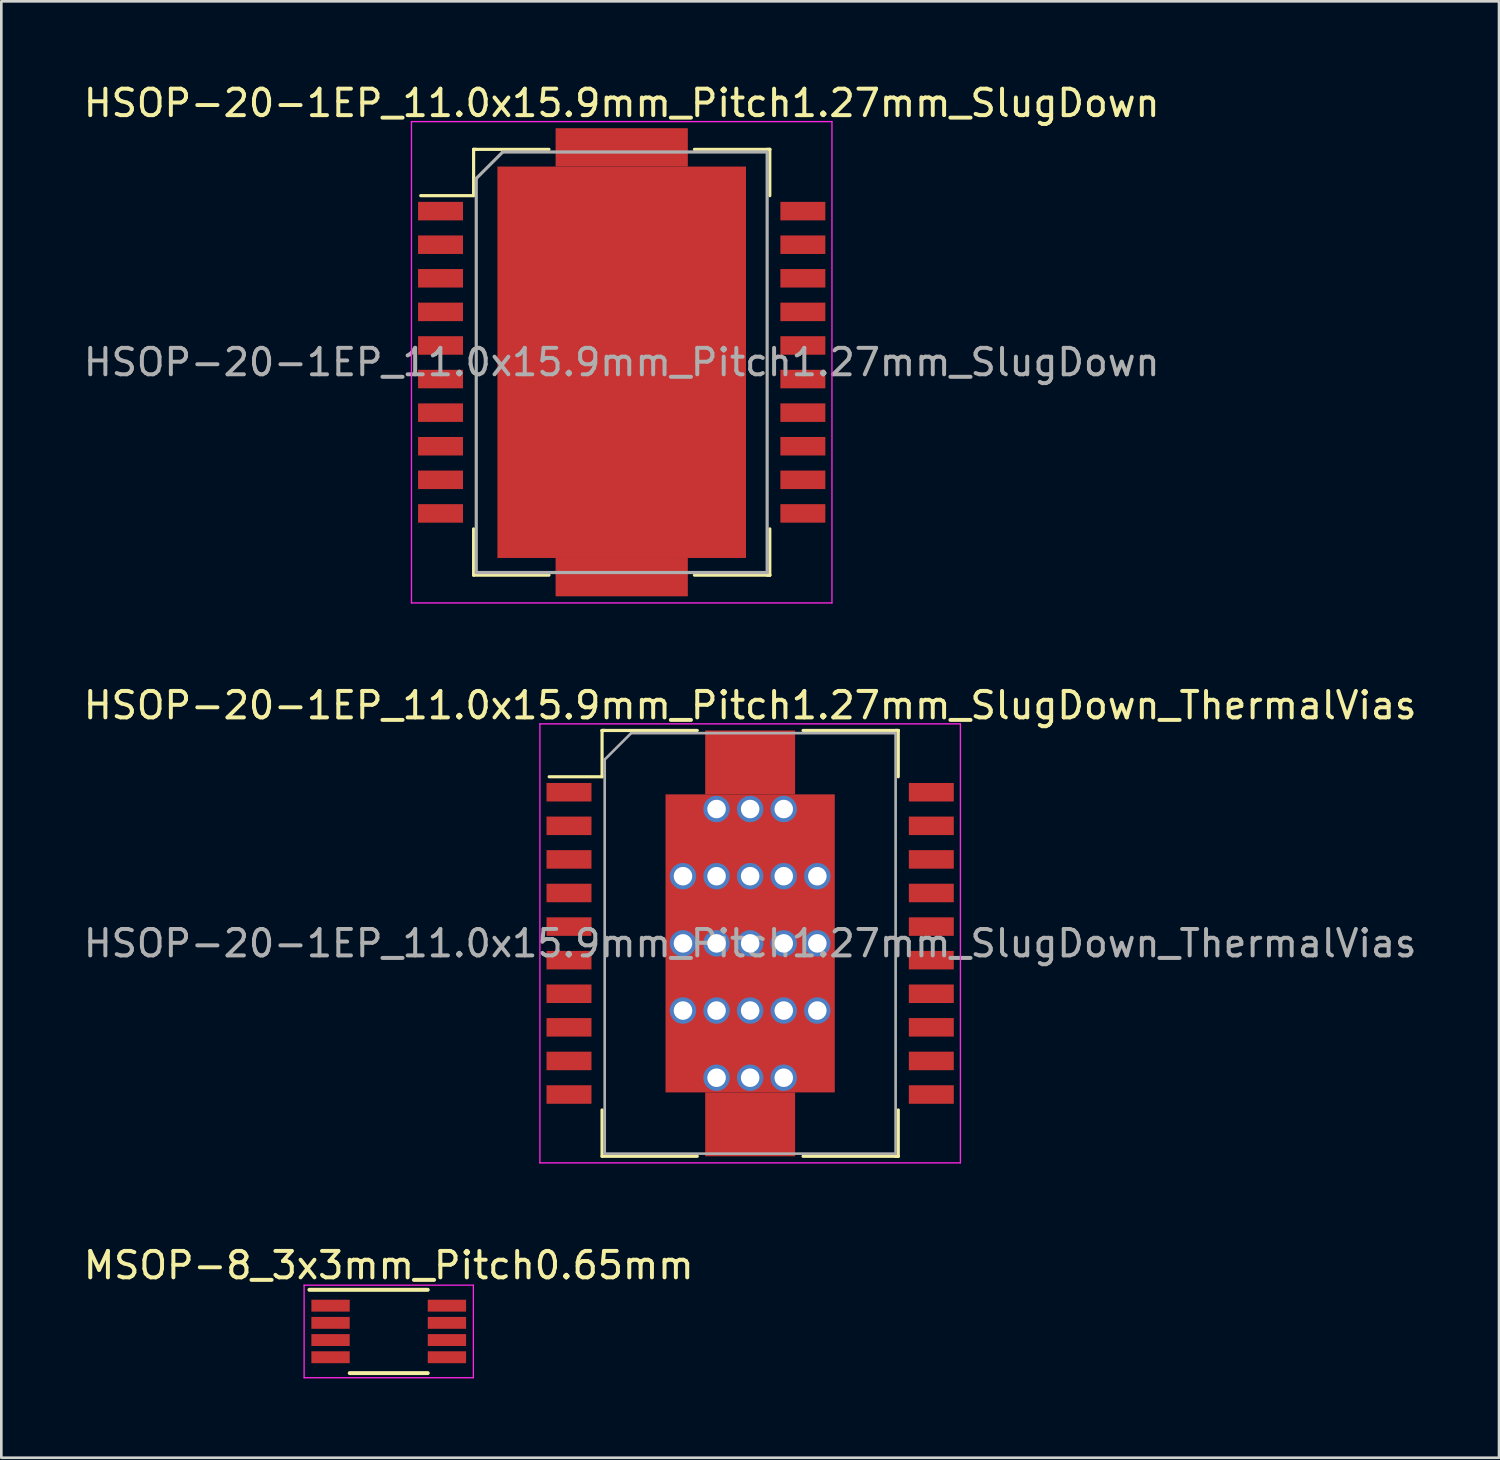
<source format=kicad_pcb>
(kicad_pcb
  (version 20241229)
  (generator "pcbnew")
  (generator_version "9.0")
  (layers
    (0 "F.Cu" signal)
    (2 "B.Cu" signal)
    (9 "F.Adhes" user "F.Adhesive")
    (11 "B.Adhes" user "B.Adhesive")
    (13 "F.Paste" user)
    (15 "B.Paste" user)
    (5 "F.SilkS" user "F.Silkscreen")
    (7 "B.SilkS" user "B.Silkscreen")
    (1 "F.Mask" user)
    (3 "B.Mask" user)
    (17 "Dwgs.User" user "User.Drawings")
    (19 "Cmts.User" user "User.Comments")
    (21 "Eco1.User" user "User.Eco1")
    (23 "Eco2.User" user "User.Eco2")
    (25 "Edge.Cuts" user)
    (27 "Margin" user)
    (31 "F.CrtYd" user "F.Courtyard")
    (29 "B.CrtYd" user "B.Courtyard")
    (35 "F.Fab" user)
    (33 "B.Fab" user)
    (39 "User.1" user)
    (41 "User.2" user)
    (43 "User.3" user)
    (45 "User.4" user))
  (footprint "HSOP-20-1EP_11.0x15.9mm_Pitch1.27mm_SlugDown"
    (layer "F.Cu")
    (at 20.458 10.648)
    (property "Reference" "HSOP-20-1EP_11.0x15.9mm_Pitch1.27mm_SlugDown" (at 0 -9.8 0) (layer "F.SilkS") (effects (font (size 1 1) (thickness 0.15))))
    (attr smd)
    (fp_line (start -5.6 -8.05) (end -5.6 -6.3) (stroke (width 0.12) (type solid)) (layer "F.SilkS"))
    (fp_line (start -5.6 -6.3) (end -7.6 -6.3) (stroke (width 0.12) (type solid)) (layer "F.SilkS"))
    (fp_line (start -5.6 8.05) (end -5.6 6.3) (stroke (width 0.12) (type solid)) (layer "F.SilkS"))
    (fp_line (start -5.5 -8.05) (end -5.6 -8.05) (stroke (width 0.12) (type solid)) (layer "F.SilkS"))
    (fp_line (start -2.75 -8.05) (end -5.6 -8.05) (stroke (width 0.12) (type solid)) (layer "F.SilkS"))
    (fp_line (start -2.75 8.05) (end -5.6 8.05) (stroke (width 0.12) (type solid)) (layer "F.SilkS"))
    (fp_line (start 5.5 -8.05) (end 5.6 -8.05) (stroke (width 0.12) (type solid)) (layer "F.SilkS"))
    (fp_line (start 5.5 8.05) (end 5.6 8.05) (stroke (width 0.12) (type solid)) (layer "F.SilkS"))
    (fp_line (start 5.6 -8.05) (end 2.75 -8.05) (stroke (width 0.12) (type solid)) (layer "F.SilkS"))
    (fp_line (start 5.6 -8.05) (end 5.6 -6.3) (stroke (width 0.12) (type solid)) (layer "F.SilkS"))
    (fp_line (start 5.6 8.05) (end 2.75 8.05) (stroke (width 0.12) (type solid)) (layer "F.SilkS"))
    (fp_line (start 5.6 8.05) (end 5.6 6.3) (stroke (width 0.12) (type solid)) (layer "F.SilkS"))
    (fp_line (start -7.95 -9.1) (end -7.95 9.1) (stroke (width 0.05) (type solid)) (layer "F.CrtYd"))
    (fp_line (start -7.95 -9.1) (end 7.95 -9.1) (stroke (width 0.05) (type solid)) (layer "F.CrtYd"))
    (fp_line (start 7.95 9.1) (end -7.95 9.1) (stroke (width 0.05) (type solid)) (layer "F.CrtYd"))
    (fp_line (start 7.95 9.1) (end 7.95 -9.1) (stroke (width 0.05) (type solid)) (layer "F.CrtYd"))
    (fp_line (start -5.5 -6.95) (end -5.5 7.95) (stroke (width 0.12) (type solid)) (layer "F.Fab"))
    (fp_line (start -5.5 7.95) (end 5.5 7.95) (stroke (width 0.12) (type solid)) (layer "F.Fab"))
    (fp_line (start -4.5 -7.95) (end -5.5 -6.95) (stroke (width 0.12) (type solid)) (layer "F.Fab"))
    (fp_line (start 5.5 -7.95) (end -4.5 -7.95) (stroke (width 0.12) (type solid)) (layer "F.Fab"))
    (fp_line (start 5.5 7.95) (end 5.5 -7.95) (stroke (width 0.12) (type solid)) (layer "F.Fab"))
    (fp_text user "${REFERENCE}" (at 0 0 0) (layer "F.Fab") (effects (font (size 1 1) (thickness 0.15))))
    (pad "1" smd rect (at -6.85 -5.715) (size 1.7 0.7) (layers "F.Cu" "F.Mask" "F.Paste"))
    (pad "2" smd rect (at -6.85 -4.445) (size 1.7 0.7) (layers "F.Cu" "F.Mask" "F.Paste"))
    (pad "3" smd rect (at -6.85 -3.175) (size 1.7 0.7) (layers "F.Cu" "F.Mask" "F.Paste"))
    (pad "4" smd rect (at -6.85 -1.905) (size 1.7 0.7) (layers "F.Cu" "F.Mask" "F.Paste"))
    (pad "5" smd rect (at -6.85 -0.635) (size 1.7 0.7) (layers "F.Cu" "F.Mask" "F.Paste"))
    (pad "6" smd rect (at -6.85 0.635) (size 1.7 0.7) (layers "F.Cu" "F.Mask" "F.Paste"))
    (pad "7" smd rect (at -6.85 1.905) (size 1.7 0.7) (layers "F.Cu" "F.Mask" "F.Paste"))
    (pad "8" smd rect (at -6.85 3.175) (size 1.7 0.7) (layers "F.Cu" "F.Mask" "F.Paste"))
    (pad "9" smd rect (at -6.85 4.445) (size 1.7 0.7) (layers "F.Cu" "F.Mask" "F.Paste"))
    (pad "10" smd rect (at -6.85 5.715) (size 1.7 0.7) (layers "F.Cu" "F.Mask" "F.Paste"))
    (pad "11" smd rect (at 6.85 5.715) (size 1.7 0.7) (layers "F.Cu" "F.Mask" "F.Paste"))
    (pad "12" smd rect (at 6.85 4.445) (size 1.7 0.7) (layers "F.Cu" "F.Mask" "F.Paste"))
    (pad "13" smd rect (at 6.85 3.175) (size 1.7 0.7) (layers "F.Cu" "F.Mask" "F.Paste"))
    (pad "14" smd rect (at 6.85 1.905) (size 1.7 0.7) (layers "F.Cu" "F.Mask" "F.Paste"))
    (pad "15" smd rect (at 6.85 0.635) (size 1.7 0.7) (layers "F.Cu" "F.Mask" "F.Paste"))
    (pad "16" smd rect (at 6.85 -0.635) (size 1.7 0.7) (layers "F.Cu" "F.Mask" "F.Paste"))
    (pad "17" smd rect (at 6.85 -1.905) (size 1.7 0.7) (layers "F.Cu" "F.Mask" "F.Paste"))
    (pad "18" smd rect (at 6.85 -3.175) (size 1.7 0.7) (layers "F.Cu" "F.Mask" "F.Paste"))
    (pad "19" smd rect (at 6.85 -4.445) (size 1.7 0.7) (layers "F.Cu" "F.Mask" "F.Paste"))
    (pad "20" smd rect (at 6.85 -5.715) (size 1.7 0.7) (layers "F.Cu" "F.Mask" "F.Paste"))
    (pad "31" smd rect (at 0 -8.125) (size 5 1.45) (layers "F.Cu" "F.Mask" "F.Paste"))
    (pad "31" smd rect (at 0 0) (size 9.4 14.8) (layers "F.Cu" "F.Mask" "F.Paste"))
    (pad "31" smd rect (at 0 8.125) (size 5 1.45) (layers "F.Cu" "F.Mask" "F.Paste")))
  (footprint "MSOP-8_3x3mm_Pitch0.65mm"
    (layer "F.Cu")
    (at 11.649 47.295)
    (property "Reference" "MSOP-8_3x3mm_Pitch0.65mm" (at 0 -2.5 0) (layer "F.SilkS") (effects (font (size 1 1) (thickness 0.15))))
    (attr smd)
    (fp_line (start -3 -1.575) (end 1.475 -1.575) (stroke (width 0.15) (type solid)) (layer "F.SilkS"))
    (fp_line (start -1.475 1.575) (end 1.475 1.575) (stroke (width 0.15) (type solid)) (layer "F.SilkS"))
    (fp_line (start -3.2 -1.75) (end -3.2 1.75) (stroke (width 0.05) (type solid)) (layer "F.CrtYd"))
    (fp_line (start -3.2 -1.75) (end 3.2 -1.75) (stroke (width 0.05) (type solid)) (layer "F.CrtYd"))
    (fp_line (start -3.2 1.75) (end 3.2 1.75) (stroke (width 0.05) (type solid)) (layer "F.CrtYd"))
    (fp_line (start 3.2 -1.75) (end 3.2 1.75) (stroke (width 0.05) (type solid)) (layer "F.CrtYd"))
    (pad "1" smd rect (at -2.2 -0.975) (size 1.45 0.45) (layers "F.Cu" "F.Mask" "F.Paste"))
    (pad "2" smd rect (at -2.2 -0.325) (size 1.45 0.45) (layers "F.Cu" "F.Mask" "F.Paste"))
    (pad "3" smd rect (at -2.2 0.325) (size 1.45 0.45) (layers "F.Cu" "F.Mask" "F.Paste"))
    (pad "4" smd rect (at -2.2 0.975) (size 1.45 0.45) (layers "F.Cu" "F.Mask" "F.Paste"))
    (pad "5" smd rect (at 2.2 0.975) (size 1.45 0.45) (layers "F.Cu" "F.Mask" "F.Paste"))
    (pad "6" smd rect (at 2.2 0.325) (size 1.45 0.45) (layers "F.Cu" "F.Mask" "F.Paste"))
    (pad "7" smd rect (at 2.2 -0.325) (size 1.45 0.45) (layers "F.Cu" "F.Mask" "F.Paste"))
    (pad "8" smd rect (at 2.2 -0.975) (size 1.45 0.45) (layers "F.Cu" "F.Mask" "F.Paste")))
  (footprint "HSOP-20-1EP_11.0x15.9mm_Pitch1.27mm_SlugDown_ThermalVias"
    (layer "F.Cu")
    (at 25.315 32.621)
    (property "Reference" "HSOP-20-1EP_11.0x15.9mm_Pitch1.27mm_SlugDown_ThermalVias" (at 0 -9 0) (layer "F.SilkS") (effects (font (size 1 1) (thickness 0.15))))
    (attr smd)
    (fp_line (start -5.6 -8.05) (end -5.6 -6.3) (stroke (width 0.12) (type solid)) (layer "F.SilkS"))
    (fp_line (start -5.6 -6.3) (end -7.6 -6.3) (stroke (width 0.12) (type solid)) (layer "F.SilkS"))
    (fp_line (start -5.6 8.05) (end -5.6 6.3) (stroke (width 0.12) (type solid)) (layer "F.SilkS"))
    (fp_line (start -5.5 -8.05) (end -5.6 -8.05) (stroke (width 0.12) (type solid)) (layer "F.SilkS"))
    (fp_line (start -2 -8.05) (end -5.6 -8.05) (stroke (width 0.12) (type solid)) (layer "F.SilkS"))
    (fp_line (start -2 8.05) (end -5.6 8.05) (stroke (width 0.12) (type solid)) (layer "F.SilkS"))
    (fp_line (start 5.5 -8.05) (end 5.6 -8.05) (stroke (width 0.12) (type solid)) (layer "F.SilkS"))
    (fp_line (start 5.5 8.05) (end 5.6 8.05) (stroke (width 0.12) (type solid)) (layer "F.SilkS"))
    (fp_line (start 5.6 -8.05) (end 2 -8.05) (stroke (width 0.12) (type solid)) (layer "F.SilkS"))
    (fp_line (start 5.6 -8.05) (end 5.6 -6.3) (stroke (width 0.12) (type solid)) (layer "F.SilkS"))
    (fp_line (start 5.6 8.05) (end 2 8.05) (stroke (width 0.12) (type solid)) (layer "F.SilkS"))
    (fp_line (start 5.6 8.05) (end 5.6 6.3) (stroke (width 0.12) (type solid)) (layer "F.SilkS"))
    (fp_line (start -7.95 -8.3) (end -7.95 8.3) (stroke (width 0.05) (type solid)) (layer "F.CrtYd"))
    (fp_line (start -7.95 -8.3) (end 7.95 -8.3) (stroke (width 0.05) (type solid)) (layer "F.CrtYd"))
    (fp_line (start 7.95 8.3) (end -7.95 8.3) (stroke (width 0.05) (type solid)) (layer "F.CrtYd"))
    (fp_line (start 7.95 8.3) (end 7.95 -8.3) (stroke (width 0.05) (type solid)) (layer "F.CrtYd"))
    (fp_line (start -5.5 -6.95) (end -5.5 7.95) (stroke (width 0.1) (type solid)) (layer "F.Fab"))
    (fp_line (start -5.5 7.95) (end 5.5 7.95) (stroke (width 0.1) (type solid)) (layer "F.Fab"))
    (fp_line (start -4.5 -7.95) (end -5.5 -6.95) (stroke (width 0.1) (type solid)) (layer "F.Fab"))
    (fp_line (start 5.5 -7.95) (end -4.5 -7.95) (stroke (width 0.1) (type solid)) (layer "F.Fab"))
    (fp_line (start 5.5 7.95) (end 5.5 -7.95) (stroke (width 0.1) (type solid)) (layer "F.Fab"))
    (fp_text user "${REFERENCE}" (at 0 0 0) (layer "F.Fab") (effects (font (size 1 1) (thickness 0.15))))
    (pad "1" smd rect (at -6.85 -5.715) (size 1.7 0.7) (layers "F.Cu" "F.Mask" "F.Paste"))
    (pad "2" smd rect (at -6.85 -4.445) (size 1.7 0.7) (layers "F.Cu" "F.Mask" "F.Paste"))
    (pad "3" smd rect (at -6.85 -3.175) (size 1.7 0.7) (layers "F.Cu" "F.Mask" "F.Paste"))
    (pad "4" smd rect (at -6.85 -1.905) (size 1.7 0.7) (layers "F.Cu" "F.Mask" "F.Paste"))
    (pad "5" smd rect (at -6.85 -0.635) (size 1.7 0.7) (layers "F.Cu" "F.Mask" "F.Paste"))
    (pad "6" smd rect (at -6.85 0.635) (size 1.7 0.7) (layers "F.Cu" "F.Mask" "F.Paste"))
    (pad "7" smd rect (at -6.85 1.905) (size 1.7 0.7) (layers "F.Cu" "F.Mask" "F.Paste"))
    (pad "8" smd rect (at -6.85 3.175) (size 1.7 0.7) (layers "F.Cu" "F.Mask" "F.Paste"))
    (pad "9" smd rect (at -6.85 4.445) (size 1.7 0.7) (layers "F.Cu" "F.Mask" "F.Paste"))
    (pad "10" smd rect (at -6.85 5.715) (size 1.7 0.7) (layers "F.Cu" "F.Mask" "F.Paste"))
    (pad "11" smd rect (at 6.85 5.715) (size 1.7 0.7) (layers "F.Cu" "F.Mask" "F.Paste"))
    (pad "12" smd rect (at 6.85 4.445) (size 1.7 0.7) (layers "F.Cu" "F.Mask" "F.Paste"))
    (pad "13" smd rect (at 6.85 3.175) (size 1.7 0.7) (layers "F.Cu" "F.Mask" "F.Paste"))
    (pad "14" smd rect (at 6.85 1.905) (size 1.7 0.7) (layers "F.Cu" "F.Mask" "F.Paste"))
    (pad "15" smd rect (at 6.85 0.635) (size 1.7 0.7) (layers "F.Cu" "F.Mask" "F.Paste"))
    (pad "16" smd rect (at 6.85 -0.635) (size 1.7 0.7) (layers "F.Cu" "F.Mask" "F.Paste"))
    (pad "17" smd rect (at 6.85 -1.905) (size 1.7 0.7) (layers "F.Cu" "F.Mask" "F.Paste"))
    (pad "18" smd rect (at 6.85 -3.175) (size 1.7 0.7) (layers "F.Cu" "F.Mask" "F.Paste"))
    (pad "19" smd rect (at 6.85 -4.445) (size 1.7 0.7) (layers "F.Cu" "F.Mask" "F.Paste"))
    (pad "20" smd rect (at 6.85 -5.715) (size 1.7 0.7) (layers "F.Cu" "F.Mask" "F.Paste"))
    (pad "21" thru_hole circle (at -2.54 -2.54) (size 1 1) (drill 0.7) (layers "*.Cu" "*.Mask"))
    (pad "21" thru_hole circle (at -2.54 0) (size 1 1) (drill 0.7) (layers "*.Cu" "*.Mask"))
    (pad "21" thru_hole circle (at -2.54 2.54) (size 1 1) (drill 0.7) (layers "*.Cu" "*.Mask"))
    (pad "21" thru_hole circle (at -1.27 -5.08) (size 1 1) (drill 0.7) (layers "*.Cu" "*.Mask"))
    (pad "21" thru_hole circle (at -1.27 -2.54) (size 1 1) (drill 0.7) (layers "*.Cu" "*.Mask"))
    (pad "21" thru_hole circle (at -1.27 0) (size 1 1) (drill 0.7) (layers "*.Cu" "*.Mask"))
    (pad "21" thru_hole circle (at -1.27 2.54) (size 1 1) (drill 0.7) (layers "*.Cu" "*.Mask"))
    (pad "21" thru_hole circle (at -1.27 5.08) (size 1 1) (drill 0.7) (layers "*.Cu" "*.Mask"))
    (pad "21" smd rect (at 0 -6.843) (size 3.4 2.415) (layers "F.Cu" "F.Mask" "F.Paste"))
    (pad "21" thru_hole circle (at 0 -5.08) (size 1 1) (drill 0.7) (layers "*.Cu" "*.Mask"))
    (pad "21" thru_hole circle (at 0 -2.54) (size 1 1) (drill 0.7) (layers "*.Cu" "*.Mask"))
    (pad "21" thru_hole circle (at 0 0) (size 1 1) (drill 0.7) (layers "*.Cu" "*.Mask"))
    (pad "21" smd rect (at 0 0) (size 6.4 11.27) (layers "F.Cu" "F.Mask" "F.Paste"))
    (pad "21" thru_hole circle (at 0 2.54) (size 1 1) (drill 0.7) (layers "*.Cu" "*.Mask"))
    (pad "21" thru_hole circle (at 0 5.08) (size 1 1) (drill 0.7) (layers "*.Cu" "*.Mask"))
    (pad "21" smd rect (at 0 6.843) (size 3.4 2.415) (layers "F.Cu" "F.Mask" "F.Paste"))
    (pad "21" thru_hole circle (at 1.27 -5.08) (size 1 1) (drill 0.7) (layers "*.Cu" "*.Mask"))
    (pad "21" thru_hole circle (at 1.27 -2.54) (size 1 1) (drill 0.7) (layers "*.Cu" "*.Mask"))
    (pad "21" thru_hole circle (at 1.27 0) (size 1 1) (drill 0.7) (layers "*.Cu" "*.Mask"))
    (pad "21" thru_hole circle (at 1.27 2.54) (size 1 1) (drill 0.7) (layers "*.Cu" "*.Mask"))
    (pad "21" thru_hole circle (at 1.27 5.08) (size 1 1) (drill 0.7) (layers "*.Cu" "*.Mask"))
    (pad "21" thru_hole circle (at 2.54 -2.54) (size 1 1) (drill 0.7) (layers "*.Cu" "*.Mask"))
    (pad "21" thru_hole circle (at 2.54 0) (size 1 1) (drill 0.7) (layers "*.Cu" "*.Mask"))
    (pad "21" thru_hole circle (at 2.54 2.54) (size 1 1) (drill 0.7) (layers "*.Cu" "*.Mask")))
  (gr_rect
    (start -3 -3)
    (end 53.631 52.07)
    (stroke (width 0.1) (type default))
    (fill no)
    (layer "Edge.Cuts")))
</source>
